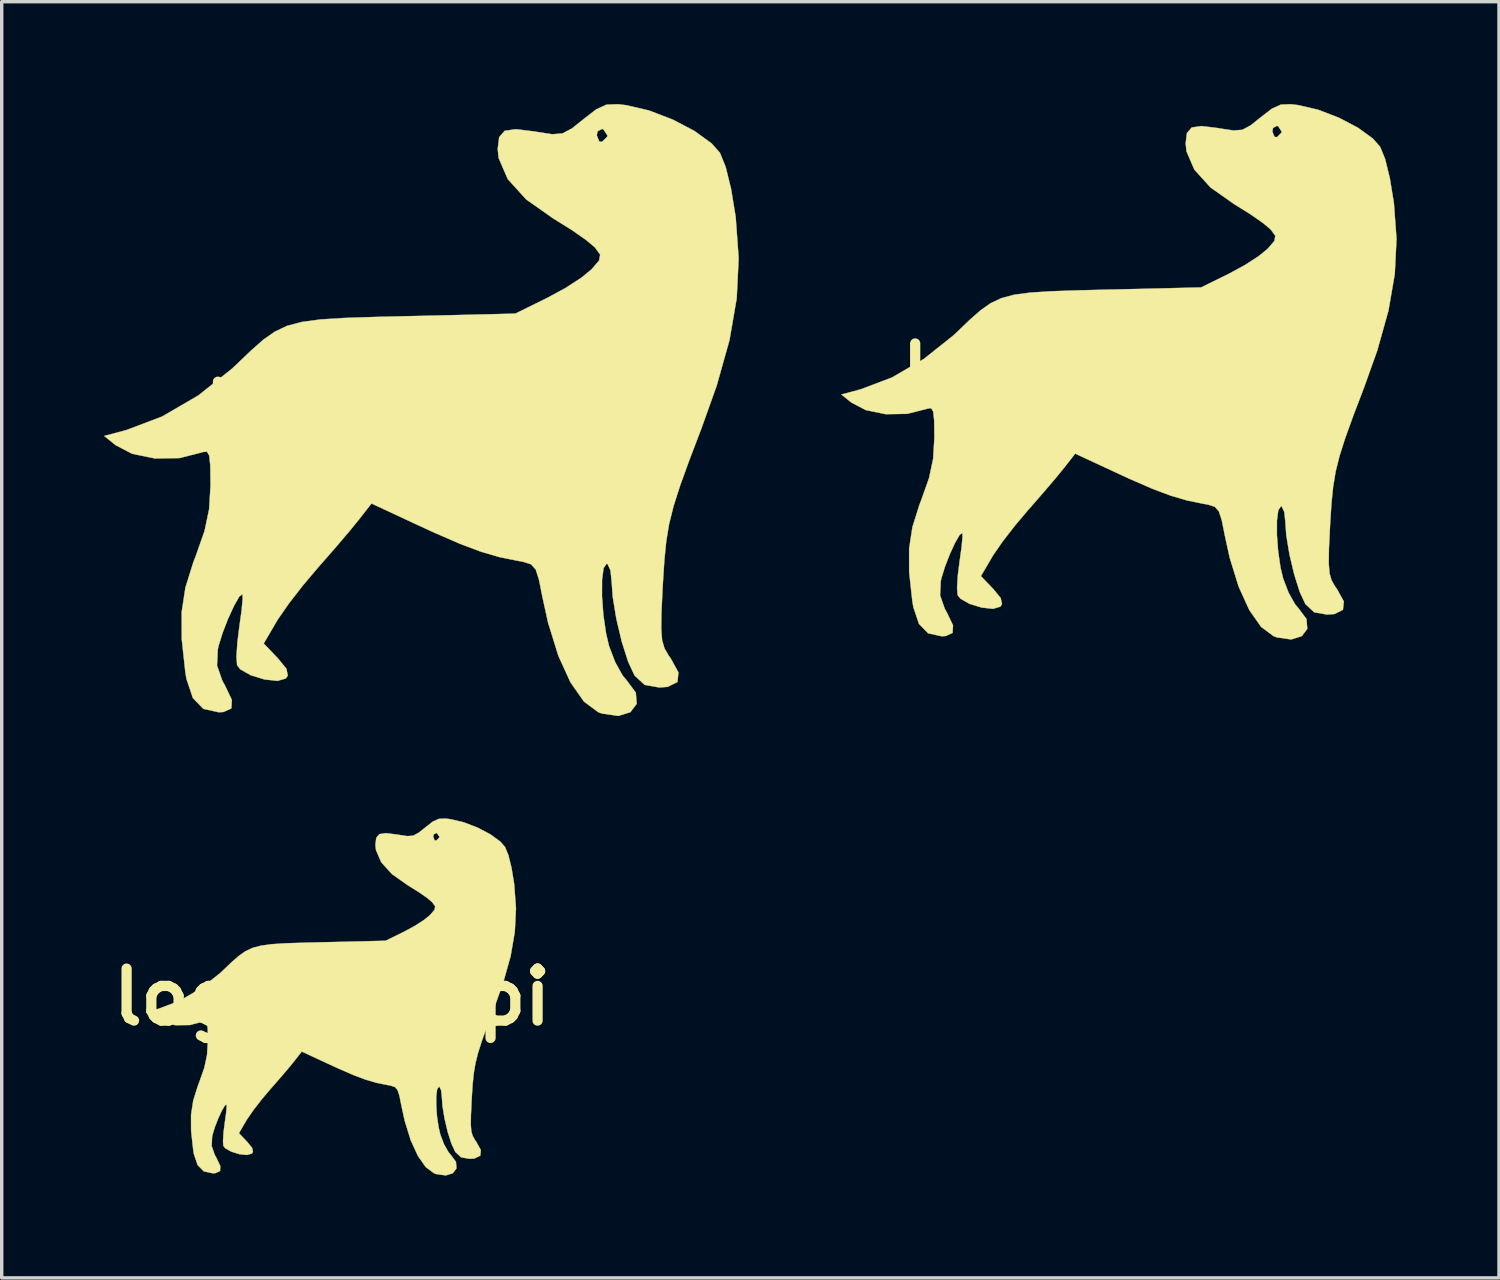
<source format=kicad_pcb>
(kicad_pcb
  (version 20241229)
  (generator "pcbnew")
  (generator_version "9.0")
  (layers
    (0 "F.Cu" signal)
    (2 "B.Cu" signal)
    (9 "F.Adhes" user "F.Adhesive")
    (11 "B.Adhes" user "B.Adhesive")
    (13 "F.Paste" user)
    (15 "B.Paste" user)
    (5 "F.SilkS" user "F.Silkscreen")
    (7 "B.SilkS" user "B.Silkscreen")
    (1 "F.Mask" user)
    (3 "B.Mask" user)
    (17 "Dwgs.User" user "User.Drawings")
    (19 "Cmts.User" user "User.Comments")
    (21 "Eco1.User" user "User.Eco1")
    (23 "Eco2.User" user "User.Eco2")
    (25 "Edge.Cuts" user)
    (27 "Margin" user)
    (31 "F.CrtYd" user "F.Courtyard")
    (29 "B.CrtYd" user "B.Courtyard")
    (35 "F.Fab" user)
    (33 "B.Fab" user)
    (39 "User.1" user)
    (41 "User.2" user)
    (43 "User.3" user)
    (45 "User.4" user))
  (footprint "logo200dpi"
    (layer "F.Cu")
    (at 29.799 7.852)
    (property "Reference" "logo200dpi" (at 0 0 0) (layer "F.SilkS") (effects (font (size 1.524 1.524) (thickness 0.3))))
    (attr through_hole)
    (fp_poly (pts (xy 5.2 -7.822) (xy 5.786 -7.686) (xy 6.395 -7.452) (xy 6.955 -7.158) (xy 7.393 -6.84) (xy 7.604 -6.599) (xy 7.752 -6.239) (xy 7.889 -5.679) (xy 8.004 -4.976) (xy 8.009 -4.938) (xy 8.085 -3.899) (xy 8.034 -2.871) (xy 7.849 -1.798) (xy 7.521 -0.627) (xy 7.129 0.468) (xy 6.815 1.292) (xy 6.582 1.937) (xy 6.415 2.46) (xy 6.301 2.918) (xy 6.227 3.367) (xy 6.177 3.864) (xy 6.139 4.466) (xy 6.135 4.547) (xy 6.104 5.176) (xy 6.098 5.608) (xy 6.121 5.9) (xy 6.181 6.107) (xy 6.283 6.285) (xy 6.341 6.365) (xy 6.54 6.727) (xy 6.515 6.972) (xy 6.266 7.096) (xy 6.051 7.112) (xy 5.673 7.045) (xy 5.42 6.81) (xy 5.411 6.798) (xy 5.248 6.447) (xy 5.086 5.934) (xy 4.947 5.35) (xy 4.854 4.786) (xy 4.828 4.413) (xy 4.797 4.107) (xy 4.722 3.945) (xy 4.699 3.937) (xy 4.62 4.052) (xy 4.58 4.352) (xy 4.579 4.775) (xy 4.615 5.255) (xy 4.684 5.729) (xy 4.761 6.052) (xy 4.92 6.468) (xy 5.112 6.809) (xy 5.206 6.92) (xy 5.447 7.244) (xy 5.469 7.532) (xy 5.308 7.744) (xy 5 7.841) (xy 4.579 7.781) (xy 4.483 7.745) (xy 4.117 7.474) (xy 3.77 6.98) (xy 3.458 6.294) (xy 3.195 5.446) (xy 3.053 4.797) (xy 2.963 4.346) (xy 2.878 4.085) (xy 2.758 3.952) (xy 2.563 3.889) (xy 2.431 3.866) (xy 1.955 3.769) (xy 1.479 3.631) (xy 0.938 3.428) (xy 0.268 3.137) (xy -0.127 2.955) (xy -1.333 2.394) (xy -1.651 2.801) (xy -1.887 3.09) (xy -2.228 3.491) (xy -2.61 3.93) (xy -2.705 4.037) (xy -3.094 4.498) (xy -3.459 4.968) (xy -3.731 5.361) (xy -3.769 5.425) (xy -4.097 5.984) (xy -3.738 6.358) (xy -3.516 6.629) (xy -3.479 6.806) (xy -3.527 6.88) (xy -3.742 6.943) (xy -4.076 6.906) (xy -4.428 6.798) (xy -4.698 6.645) (xy -4.779 6.542) (xy -4.796 6.332) (xy -4.773 5.958) (xy -4.723 5.565) (xy -4.665 5.145) (xy -4.636 4.839) (xy -4.641 4.718) (xy -4.722 4.778) (xy -4.855 5.009) (xy -5.009 5.343) (xy -5.152 5.712) (xy -5.255 6.046) (xy -5.274 6.132) (xy -5.294 6.549) (xy -5.157 6.941) (xy -5.092 7.056) (xy -4.915 7.429) (xy -4.927 7.649) (xy -5.132 7.741) (xy -5.254 7.747) (xy -5.645 7.66) (xy -5.913 7.384) (xy -6.077 6.895) (xy -6.107 6.718) (xy -6.2 5.871) (xy -6.201 5.177) (xy -6.105 4.55) (xy -5.901 3.9) (xy -5.842 3.747) (xy -5.615 3.103) (xy -5.497 2.544) (xy -5.461 1.94) (xy -5.461 1.888) (xy -5.467 1.422) (xy -5.494 1.163) (xy -5.555 1.062) (xy -5.664 1.074) (xy -5.683 1.082) (xy -6.258 1.228) (xy -6.886 1.238) (xy -7.471 1.118) (xy -7.898 0.895) (xy -8.187 0.661) (xy -7.618 0.509) (xy -6.703 0.162) (xy -5.774 -0.378) (xy -4.906 -1.068) (xy -4.793 -1.174) (xy -4.419 -1.533) (xy -4.104 -1.809) (xy -3.81 -2.016) (xy -3.496 -2.163) (xy -3.122 -2.263) (xy -2.646 -2.326) (xy -2.029 -2.365) (xy -1.231 -2.392) (xy -0.441 -2.411) (xy 2.356 -2.477) (xy 3.183 -2.884) (xy 3.645 -3.136) (xy 4.053 -3.4) (xy 4.312 -3.613) (xy 4.505 -3.84) (xy 4.533 -3.989) (xy 4.408 -4.161) (xy 4.393 -4.179) (xy 4.176 -4.362) (xy 3.812 -4.616) (xy 3.377 -4.888) (xy 3.339 -4.91) (xy 2.634 -5.406) (xy 2.16 -5.929) (xy 1.928 -6.467) (xy 1.905 -6.701) (xy 1.942 -7.003) (xy 1.982 -7.048) (xy 4.445 -7.048) (xy 4.509 -6.89) (xy 4.582 -6.882) (xy 4.713 -7.013) (xy 4.718 -7.048) (xy 4.619 -7.197) (xy 4.582 -7.215) (xy 4.466 -7.153) (xy 4.445 -7.048) (xy 1.982 -7.048) (xy 2.082 -7.165) (xy 2.37 -7.207) (xy 2.85 -7.148) (xy 2.914 -7.136) (xy 3.305 -7.077) (xy 3.567 -7.097) (xy 3.81 -7.228) (xy 4.099 -7.459) (xy 4.433 -7.717) (xy 4.692 -7.834) (xy 4.984 -7.847) (xy 5.2 -7.822)) (stroke (width 0.01) (type solid)) (fill yes) (layer "F.SilkS")))
  (footprint "logo175dpi"
    (layer "F.Cu")
    (at 9.362 8.973)
    (property "Reference" "logo175dpi" (at 0 0 0) (layer "F.SilkS") (effects (font (size 1.524 1.524) (thickness 0.3))))
    (attr through_hole)
    (fp_poly (pts (xy 5.943 -8.94) (xy 6.613 -8.784) (xy 7.309 -8.517) (xy 7.949 -8.181) (xy 8.449 -7.817) (xy 8.691 -7.542) (xy 8.859 -7.13) (xy 9.016 -6.491) (xy 9.148 -5.687) (xy 9.153 -5.643) (xy 9.239 -4.456) (xy 9.182 -3.281) (xy 8.971 -2.055) (xy 8.595 -0.717) (xy 8.148 0.535) (xy 7.789 1.477) (xy 7.522 2.214) (xy 7.331 2.812) (xy 7.201 3.334) (xy 7.116 3.848) (xy 7.06 4.416) (xy 7.016 5.104) (xy 7.011 5.196) (xy 6.976 5.916) (xy 6.969 6.41) (xy 6.995 6.743) (xy 7.064 6.979) (xy 7.181 7.183) (xy 7.247 7.274) (xy 7.474 7.689) (xy 7.445 7.968) (xy 7.161 8.109) (xy 6.916 8.128) (xy 6.484 8.051) (xy 6.194 7.783) (xy 6.184 7.769) (xy 5.998 7.368) (xy 5.812 6.782) (xy 5.654 6.115) (xy 5.548 5.47) (xy 5.518 5.044) (xy 5.482 4.694) (xy 5.396 4.508) (xy 5.37 4.499) (xy 5.28 4.63) (xy 5.235 4.974) (xy 5.233 5.457) (xy 5.274 6.006) (xy 5.353 6.547) (xy 5.441 6.917) (xy 5.623 7.392) (xy 5.842 7.782) (xy 5.949 7.909) (xy 6.225 8.279) (xy 6.25 8.608) (xy 6.066 8.851) (xy 5.714 8.961) (xy 5.233 8.892) (xy 5.123 8.852) (xy 4.705 8.542) (xy 4.309 7.977) (xy 3.952 7.193) (xy 3.652 6.224) (xy 3.489 5.483) (xy 3.386 4.967) (xy 3.29 4.668) (xy 3.152 4.517) (xy 2.929 4.445) (xy 2.778 4.418) (xy 2.235 4.308) (xy 1.69 4.15) (xy 1.072 3.917) (xy 0.307 3.585) (xy -0.145 3.377) (xy -1.524 2.735) (xy -1.887 3.201) (xy -2.156 3.531) (xy -2.546 3.99) (xy -2.983 4.491) (xy -3.091 4.613) (xy -3.536 5.14) (xy -3.953 5.678) (xy -4.264 6.127) (xy -4.308 6.2) (xy -4.682 6.839) (xy -4.273 7.267) (xy -4.018 7.577) (xy -3.976 7.778) (xy -4.031 7.863) (xy -4.276 7.934) (xy -4.658 7.893) (xy -5.061 7.769) (xy -5.37 7.594) (xy -5.462 7.477) (xy -5.481 7.236) (xy -5.454 6.809) (xy -5.398 6.36) (xy -5.332 5.88) (xy -5.299 5.53) (xy -5.304 5.393) (xy -5.397 5.461) (xy -5.548 5.725) (xy -5.724 6.107) (xy -5.888 6.528) (xy -6.006 6.91) (xy -6.027 7.008) (xy -6.051 7.484) (xy -5.894 7.933) (xy -5.82 8.064) (xy -5.617 8.49) (xy -5.631 8.742) (xy -5.865 8.847) (xy -6.004 8.854) (xy -6.452 8.754) (xy -6.758 8.438) (xy -6.946 7.88) (xy -6.98 7.677) (xy -7.085 6.71) (xy -7.087 5.917) (xy -6.977 5.199) (xy -6.745 4.457) (xy -6.677 4.282) (xy -6.418 3.546) (xy -6.283 2.907) (xy -6.241 2.217) (xy -6.241 2.158) (xy -6.248 1.625) (xy -6.279 1.329) (xy -6.349 1.214) (xy -6.473 1.228) (xy -6.495 1.237) (xy -7.152 1.404) (xy -7.869 1.415) (xy -8.538 1.278) (xy -9.027 1.023) (xy -9.357 0.755) (xy -8.706 0.582) (xy -7.66 0.186) (xy -6.599 -0.432) (xy -5.607 -1.221) (xy -5.478 -1.342) (xy -5.05 -1.752) (xy -4.691 -2.068) (xy -4.355 -2.303) (xy -3.996 -2.472) (xy -3.567 -2.586) (xy -3.024 -2.659) (xy -2.319 -2.703) (xy -1.407 -2.733) (xy -0.504 -2.755) (xy 2.692 -2.83) (xy 3.637 -3.296) (xy 4.166 -3.583) (xy 4.632 -3.885) (xy 4.928 -4.129) (xy 5.149 -4.388) (xy 5.18 -4.559) (xy 5.038 -4.756) (xy 5.02 -4.776) (xy 4.772 -4.985) (xy 4.357 -5.275) (xy 3.859 -5.586) (xy 3.816 -5.611) (xy 3.01 -6.178) (xy 2.469 -6.776) (xy 2.204 -7.391) (xy 2.177 -7.658) (xy 2.219 -8.003) (xy 2.265 -8.055) (xy 5.08 -8.055) (xy 5.154 -7.875) (xy 5.236 -7.866) (xy 5.386 -8.015) (xy 5.392 -8.055) (xy 5.279 -8.226) (xy 5.236 -8.245) (xy 5.104 -8.175) (xy 5.08 -8.055) (xy 2.265 -8.055) (xy 2.38 -8.188) (xy 2.709 -8.236) (xy 3.257 -8.169) (xy 3.331 -8.156) (xy 3.777 -8.088) (xy 4.076 -8.111) (xy 4.355 -8.26) (xy 4.685 -8.525) (xy 5.066 -8.819) (xy 5.362 -8.954) (xy 5.696 -8.968) (xy 5.943 -8.94)) (stroke (width 0.01) (type solid)) (fill yes) (layer "F.SilkS")))
  (footprint "logo300dpi"
    (layer "F.Cu")
    (at 6.684 26.176)
    (property "Reference" "logo300dpi" (at 0 0 0) (layer "F.SilkS") (effects (font (size 1.524 1.524) (thickness 0.3))))
    (attr through_hole)
    (fp_poly (pts (xy 3.467 -5.215) (xy 3.857 -5.124) (xy 4.263 -4.968) (xy 4.637 -4.772) (xy 4.929 -4.56) (xy 5.069 -4.4) (xy 5.168 -4.159) (xy 5.26 -3.786) (xy 5.336 -3.318) (xy 5.339 -3.292) (xy 5.39 -2.599) (xy 5.356 -1.914) (xy 5.233 -1.199) (xy 5.014 -0.418) (xy 4.753 0.312) (xy 4.543 0.861) (xy 4.388 1.291) (xy 4.277 1.64) (xy 4.201 1.945) (xy 4.151 2.244) (xy 4.118 2.576) (xy 4.093 2.977) (xy 4.09 3.031) (xy 4.07 3.451) (xy 4.065 3.739) (xy 4.081 3.933) (xy 4.121 4.071) (xy 4.189 4.19) (xy 4.227 4.243) (xy 4.36 4.485) (xy 4.343 4.648) (xy 4.177 4.73) (xy 4.034 4.741) (xy 3.782 4.697) (xy 3.613 4.54) (xy 3.608 4.532) (xy 3.499 4.298) (xy 3.39 3.956) (xy 3.298 3.567) (xy 3.236 3.191) (xy 3.219 2.942) (xy 3.198 2.738) (xy 3.148 2.63) (xy 3.133 2.625) (xy 3.08 2.701) (xy 3.054 2.902) (xy 3.053 3.183) (xy 3.076 3.504) (xy 3.123 3.819) (xy 3.174 4.035) (xy 3.28 4.312) (xy 3.408 4.539) (xy 3.47 4.614) (xy 3.631 4.829) (xy 3.646 5.021) (xy 3.539 5.163) (xy 3.333 5.227) (xy 3.053 5.187) (xy 2.988 5.164) (xy 2.745 4.983) (xy 2.514 4.653) (xy 2.305 4.196) (xy 2.13 3.631) (xy 2.035 3.198) (xy 1.975 2.897) (xy 1.919 2.723) (xy 1.839 2.635) (xy 1.709 2.593) (xy 1.621 2.577) (xy 1.304 2.513) (xy 0.986 2.421) (xy 0.625 2.285) (xy 0.179 2.091) (xy -0.085 1.97) (xy -0.889 1.596) (xy -1.101 1.867) (xy -1.258 2.06) (xy -1.485 2.327) (xy -1.74 2.62) (xy -1.803 2.691) (xy -2.063 2.998) (xy -2.306 3.312) (xy -2.487 3.574) (xy -2.513 3.616) (xy -2.731 3.989) (xy -2.492 4.239) (xy -2.344 4.42) (xy -2.319 4.537) (xy -2.352 4.587) (xy -2.495 4.628) (xy -2.717 4.604) (xy -2.952 4.532) (xy -3.132 4.43) (xy -3.186 4.362) (xy -3.197 4.221) (xy -3.182 3.972) (xy -3.149 3.71) (xy -3.11 3.43) (xy -3.091 3.226) (xy -3.094 3.146) (xy -3.148 3.185) (xy -3.237 3.339) (xy -3.339 3.562) (xy -3.435 3.808) (xy -3.503 4.031) (xy -3.516 4.088) (xy -3.53 4.366) (xy -3.438 4.627) (xy -3.395 4.704) (xy -3.277 4.952) (xy -3.284 5.099) (xy -3.421 5.16) (xy -3.502 5.165) (xy -3.763 5.107) (xy -3.942 4.922) (xy -4.052 4.597) (xy -4.071 4.479) (xy -4.133 3.914) (xy -4.134 3.452) (xy -4.07 3.033) (xy -3.934 2.6) (xy -3.895 2.498) (xy -3.744 2.069) (xy -3.665 1.696) (xy -3.641 1.293) (xy -3.641 1.259) (xy -3.645 0.948) (xy -3.663 0.775) (xy -3.704 0.708) (xy -3.776 0.716) (xy -3.789 0.721) (xy -4.172 0.819) (xy -4.591 0.825) (xy -4.981 0.746) (xy -5.265 0.597) (xy -5.458 0.441) (xy -5.079 0.34) (xy -4.469 0.108) (xy -3.849 -0.252) (xy -3.271 -0.712) (xy -3.196 -0.783) (xy -2.946 -1.022) (xy -2.736 -1.206) (xy -2.54 -1.344) (xy -2.331 -1.442) (xy -2.081 -1.508) (xy -1.764 -1.551) (xy -1.353 -1.577) (xy -0.821 -1.594) (xy -0.294 -1.607) (xy 1.571 -1.651) (xy 2.122 -1.923) (xy 2.43 -2.09) (xy 2.702 -2.266) (xy 2.874 -2.408) (xy 3.003 -2.56) (xy 3.022 -2.659) (xy 2.939 -2.774) (xy 2.929 -2.786) (xy 2.784 -2.908) (xy 2.541 -3.077) (xy 2.251 -3.258) (xy 2.226 -3.273) (xy 1.756 -3.604) (xy 1.44 -3.952) (xy 1.286 -4.311) (xy 1.27 -4.467) (xy 1.295 -4.668) (xy 1.321 -4.699) (xy 2.963 -4.699) (xy 3.006 -4.594) (xy 3.054 -4.588) (xy 3.142 -4.676) (xy 3.145 -4.699) (xy 3.079 -4.798) (xy 3.054 -4.81) (xy 2.977 -4.769) (xy 2.963 -4.699) (xy 1.321 -4.699) (xy 1.388 -4.777) (xy 1.58 -4.805) (xy 1.9 -4.765) (xy 1.943 -4.758) (xy 2.203 -4.718) (xy 2.378 -4.731) (xy 2.54 -4.819) (xy 2.733 -4.973) (xy 2.955 -5.145) (xy 3.128 -5.223) (xy 3.323 -5.232) (xy 3.467 -5.215)) (stroke (width 0.01) (type solid)) (fill yes) (layer "F.SilkS")))
  (gr_rect
    (start -3 -3)
    (end 40.888 34.408)
    (stroke (width 0.1) (type default))
    (fill no)
    (layer "Edge.Cuts")))
</source>
